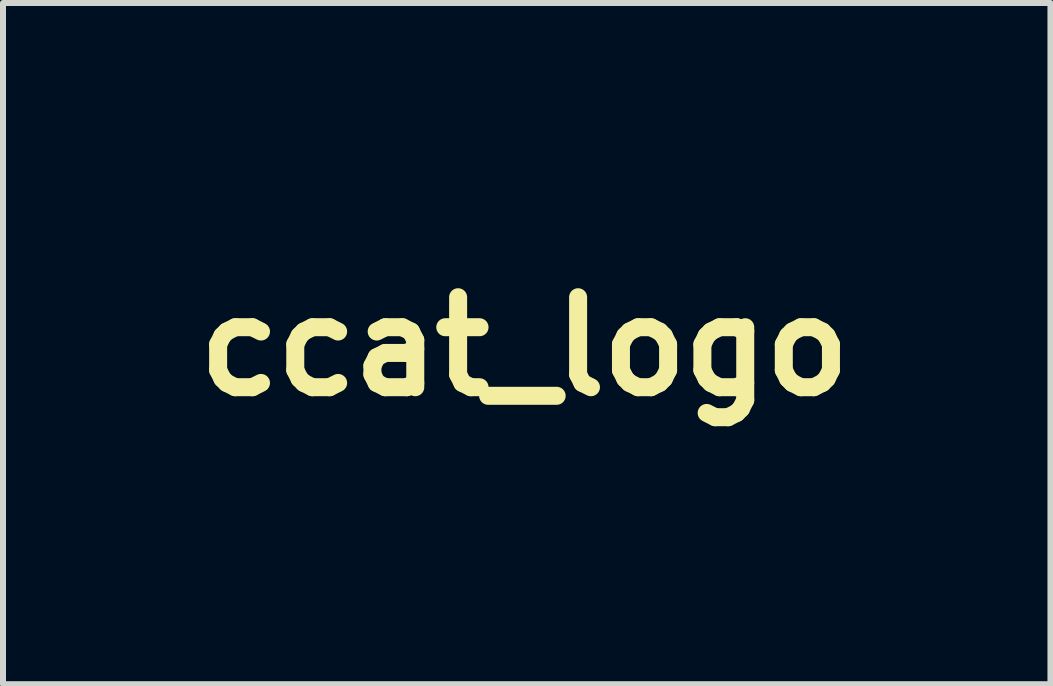
<source format=kicad_pcb>
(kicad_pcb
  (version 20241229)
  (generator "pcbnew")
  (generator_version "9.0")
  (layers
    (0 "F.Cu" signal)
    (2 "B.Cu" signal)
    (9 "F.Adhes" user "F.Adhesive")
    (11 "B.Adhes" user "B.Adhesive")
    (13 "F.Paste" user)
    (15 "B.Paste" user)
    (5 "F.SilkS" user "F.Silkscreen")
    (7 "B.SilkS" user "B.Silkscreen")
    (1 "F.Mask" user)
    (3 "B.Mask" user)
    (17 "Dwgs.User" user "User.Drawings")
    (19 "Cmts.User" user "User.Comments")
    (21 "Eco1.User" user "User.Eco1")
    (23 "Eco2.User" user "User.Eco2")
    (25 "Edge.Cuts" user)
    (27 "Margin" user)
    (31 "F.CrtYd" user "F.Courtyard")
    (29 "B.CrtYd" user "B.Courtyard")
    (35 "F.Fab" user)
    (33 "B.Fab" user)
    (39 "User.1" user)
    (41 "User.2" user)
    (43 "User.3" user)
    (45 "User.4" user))
  (footprint "ccat_logo"
    (layer "F.Cu")
    (at 5.693 2.726)
    (property "Reference" "ccat_logo" (at 0 0 0) (layer "F.SilkS") (effects (font (size 1.5 1.5) (thickness 0.3))))
    (attr board_only exclude_from_pos_files exclude_from_bom)
    (fp_poly (pts (xy 3.376 2.106) (xy 3.449 2.14) (xy 3.444 2.185) (xy 3.382 2.221) (xy 3.327 2.29) (xy 3.309 2.414) (xy 3.297 2.529) (xy 3.252 2.574) (xy 3.211 2.579) (xy 3.144 2.56) (xy 3.117 2.486) (xy 3.114 2.409) (xy 3.102 2.296) (xy 3.072 2.24) (xy 3.066 2.238) (xy 3.022 2.199) (xy 3.017 2.165) (xy 3.046 2.117) (xy 3.143 2.095) (xy 3.236 2.092)) (stroke (width 0) (type solid)) (fill yes) (layer "F.Mask"))
    (fp_poly (pts (xy -2.044 2.124) (xy -2 2.159) (xy -2.022 2.198) (xy -2.081 2.221) (xy -2.154 2.259) (xy -2.185 2.341) (xy -2.19 2.439) (xy -2.201 2.558) (xy -2.228 2.624) (xy -2.238 2.628) (xy -2.269 2.584) (xy -2.286 2.477) (xy -2.287 2.433) (xy -2.299 2.298) (xy -2.339 2.242) (xy -2.36 2.238) (xy -2.43 2.222) (xy -2.424 2.184) (xy -2.356 2.141) (xy -2.259 2.113) (xy -2.137 2.105)) (stroke (width 0) (type solid)) (fill yes) (layer "F.Mask"))
    (fp_poly (pts (xy 2.979 0.014) (xy 3.041 0.106) (xy 3.064 0.161) (xy 3.09 0.222) (xy 3.154 0.329) (xy 3.187 0.379) (xy 3.261 0.495) (xy 3.304 0.578) (xy 3.309 0.595) (xy 3.264 0.614) (xy 3.147 0.627) (xy 2.983 0.633) (xy 2.973 0.633) (xy 2.637 0.633) (xy 2.53 0.451) (xy 2.466 0.315) (xy 2.466 0.212) (xy 2.541 0.12) (xy 2.698 0.018) (xy 2.705 0.014) (xy 2.895 -0.095)) (stroke (width 0) (type solid)) (fill yes) (layer "F.Mask"))
    (fp_poly (pts (xy -0.251 1.423) (xy -0.196 1.454) (xy -0.195 1.46) (xy -0.236 1.497) (xy -0.311 1.508) (xy -0.423 1.542) (xy -0.462 1.632) (xy -0.451 1.691) (xy -0.392 1.738) (xy -0.312 1.752) (xy -0.217 1.778) (xy -0.195 1.825) (xy -0.234 1.879) (xy -0.329 1.898) (xy -0.444 1.882) (xy -0.544 1.832) (xy -0.556 1.821) (xy -0.629 1.695) (xy -0.62 1.568) (xy -0.541 1.466) (xy -0.403 1.413) (xy -0.363 1.411)) (stroke (width 0) (type solid)) (fill yes) (layer "F.Mask"))
    (fp_poly (pts (xy 4.537 1.371) (xy 4.61 1.467) (xy 4.625 1.496) (xy 4.691 1.63) (xy 4.709 1.493) (xy 4.737 1.39) (xy 4.775 1.371) (xy 4.811 1.424) (xy 4.836 1.538) (xy 4.842 1.634) (xy 4.828 1.798) (xy 4.786 1.868) (xy 4.718 1.845) (xy 4.623 1.729) (xy 4.622 1.727) (xy 4.526 1.581) (xy 4.526 1.74) (xy 4.512 1.847) (xy 4.48 1.897) (xy 4.477 1.898) (xy 4.45 1.854) (xy 4.432 1.74) (xy 4.428 1.63) (xy 4.442 1.456) (xy 4.48 1.369)) (stroke (width 0) (type solid)) (fill yes) (layer "F.Mask"))
    (fp_poly (pts (xy -4.015 1.441) (xy -3.994 1.541) (xy -3.99 1.654) (xy -4.005 1.821) (xy -4.048 1.894) (xy -4.118 1.874) (xy -4.214 1.761) (xy -4.228 1.74) (xy -4.329 1.581) (xy -4.33 1.74) (xy -4.343 1.847) (xy -4.376 1.897) (xy -4.379 1.898) (xy -4.407 1.854) (xy -4.425 1.742) (xy -4.428 1.654) (xy -4.422 1.508) (xy -4.4 1.435) (xy -4.352 1.412) (xy -4.336 1.411) (xy -4.25 1.453) (xy -4.209 1.521) (xy -4.172 1.63) (xy -4.151 1.521) (xy -4.108 1.435) (xy -4.06 1.411)) (stroke (width 0) (type solid)) (fill yes) (layer "F.Mask"))
    (fp_poly (pts (xy -1.611 2.12) (xy -1.615 2.144) (xy -1.675 2.208) (xy -1.755 2.244) (xy -1.834 2.268) (xy -1.823 2.278) (xy -1.74 2.282) (xy -1.636 2.308) (xy -1.606 2.357) (xy -1.648 2.414) (xy -1.74 2.447) (xy -1.873 2.467) (xy -1.74 2.474) (xy -1.634 2.504) (xy -1.606 2.555) (xy -1.646 2.608) (xy -1.748 2.624) (xy -1.882 2.598) (xy -1.898 2.592) (xy -2.006 2.507) (xy -2.043 2.359) (xy -2.043 2.354) (xy -2.007 2.233) (xy -1.893 2.15) (xy -1.753 2.11) (xy -1.645 2.096)) (stroke (width 0) (type solid)) (fill yes) (layer "F.Mask"))
    (fp_poly (pts (xy 0.8 1.437) (xy 0.823 1.527) (xy 0.827 1.654) (xy 0.821 1.802) (xy 0.798 1.876) (xy 0.749 1.898) (xy 0.742 1.898) (xy 0.663 1.856) (xy 0.588 1.749) (xy 0.584 1.74) (xy 0.511 1.581) (xy 0.496 1.74) (xy 0.472 1.861) (xy 0.441 1.895) (xy 0.411 1.849) (xy 0.392 1.73) (xy 0.389 1.654) (xy 0.405 1.49) (xy 0.45 1.413) (xy 0.516 1.425) (xy 0.597 1.532) (xy 0.605 1.545) (xy 0.677 1.679) (xy 0.679 1.545) (xy 0.704 1.438) (xy 0.754 1.411)) (stroke (width 0) (type solid)) (fill yes) (layer "F.Mask"))
    (fp_poly (pts (xy 1.293 1.455) (xy 1.311 1.567) (xy 1.314 1.654) (xy 1.297 1.816) (xy 1.253 1.896) (xy 1.192 1.891) (xy 1.123 1.795) (xy 1.109 1.764) (xy 1.052 1.63) (xy 1.034 1.764) (xy 0.998 1.863) (xy 0.946 1.898) (xy 0.901 1.868) (xy 0.88 1.768) (xy 0.876 1.654) (xy 0.882 1.507) (xy 0.905 1.433) (xy 0.954 1.411) (xy 0.962 1.411) (xy 1.046 1.449) (xy 1.129 1.542) (xy 1.131 1.545) (xy 1.214 1.679) (xy 1.215 1.545) (xy 1.231 1.448) (xy 1.265 1.411)) (stroke (width 0) (type solid)) (fill yes) (layer "F.Mask"))
    (fp_poly (pts (xy 3.345 1.421) (xy 3.485 1.434) (xy 3.555 1.463) (xy 3.583 1.529) (xy 3.592 1.604) (xy 3.582 1.752) (xy 3.522 1.835) (xy 3.415 1.88) (xy 3.283 1.897) (xy 3.174 1.882) (xy 3.147 1.865) (xy 3.127 1.801) (xy 3.115 1.676) (xy 3.114 1.63) (xy 3.26 1.63) (xy 3.283 1.725) (xy 3.357 1.752) (xy 3.434 1.723) (xy 3.455 1.63) (xy 3.432 1.535) (xy 3.357 1.508) (xy 3.281 1.537) (xy 3.26 1.63) (xy 3.114 1.63) (xy 3.114 1.619) (xy 3.114 1.406)) (stroke (width 0) (type solid)) (fill yes) (layer "F.Mask"))
    (fp_poly (pts (xy 4.331 2.336) (xy 4.323 2.489) (xy 4.296 2.563) (xy 4.258 2.579) (xy 4.204 2.542) (xy 4.185 2.424) (xy 4.185 2.409) (xy 4.169 2.283) (xy 4.118 2.239) (xy 4.112 2.238) (xy 4.058 2.275) (xy 4.039 2.393) (xy 4.039 2.409) (xy 4.023 2.535) (xy 3.972 2.579) (xy 3.966 2.579) (xy 3.911 2.541) (xy 3.893 2.42) (xy 3.893 2.414) (xy 3.871 2.281) (xy 3.82 2.221) (xy 3.746 2.175) (xy 3.759 2.135) (xy 3.852 2.105) (xy 4.013 2.093) (xy 4.039 2.092) (xy 4.331 2.092)) (stroke (width 0) (type solid)) (fill yes) (layer "F.Mask"))
    (fp_poly (pts (xy 5.206 1.396) (xy 5.32 1.479) (xy 5.387 1.591) (xy 5.393 1.707) (xy 5.336 1.794) (xy 5.238 1.845) (xy 5.112 1.879) (xy 5 1.886) (xy 4.951 1.869) (xy 4.929 1.803) (xy 4.916 1.675) (xy 4.915 1.63) (xy 5.061 1.63) (xy 5.083 1.725) (xy 5.158 1.752) (xy 5.234 1.723) (xy 5.255 1.63) (xy 5.232 1.535) (xy 5.158 1.508) (xy 5.082 1.537) (xy 5.061 1.63) (xy 4.915 1.63) (xy 4.915 1.598) (xy 4.918 1.457) (xy 4.939 1.388) (xy 4.994 1.365) (xy 5.061 1.362)) (stroke (width 0) (type solid)) (fill yes) (layer "F.Mask"))
    (fp_poly (pts (xy -1.269 2.123) (xy -1.143 2.2) (xy -1.075 2.304) (xy -1.07 2.338) (xy -1.114 2.465) (xy -1.224 2.569) (xy -1.368 2.624) (xy -1.411 2.628) (xy -1.495 2.623) (xy -1.538 2.594) (xy -1.554 2.515) (xy -1.557 2.364) (xy -1.557 2.36) (xy -1.411 2.36) (xy -1.384 2.45) (xy -1.324 2.484) (xy -1.265 2.448) (xy -1.252 2.421) (xy -1.249 2.315) (xy -1.305 2.247) (xy -1.343 2.238) (xy -1.396 2.281) (xy -1.411 2.36) (xy -1.557 2.36) (xy -1.554 2.207) (xy -1.538 2.127) (xy -1.496 2.097) (xy -1.422 2.092)) (stroke (width 0) (type solid)) (fill yes) (layer "F.Mask"))
    (fp_poly (pts (xy 0.208 1.43) (xy 0.239 1.456) (xy 0.322 1.59) (xy 0.324 1.725) (xy 0.255 1.835) (xy 0.125 1.894) (xy 0.073 1.898) (xy -0.051 1.866) (xy -0.118 1.821) (xy -0.183 1.697) (xy -0.184 1.633) (xy -0.035 1.633) (xy 0.002 1.73) (xy 0.003 1.73) (xy 0.063 1.779) (xy 0.125 1.745) (xy 0.131 1.738) (xy 0.173 1.645) (xy 0.167 1.59) (xy 0.106 1.52) (xy 0.066 1.508) (xy -0.01 1.546) (xy -0.035 1.633) (xy -0.184 1.633) (xy -0.186 1.55) (xy -0.157 1.476) (xy -0.057 1.399) (xy 0.078 1.383)) (stroke (width 0) (type solid)) (fill yes) (layer "F.Mask"))
    (fp_poly (pts (xy 3.651 2.136) (xy 3.727 2.25) (xy 3.798 2.411) (xy 3.817 2.469) (xy 3.826 2.555) (xy 3.774 2.579) (xy 3.708 2.554) (xy 3.698 2.53) (xy 3.657 2.49) (xy 3.604 2.482) (xy 3.51 2.504) (xy 3.479 2.53) (xy 3.419 2.576) (xy 3.367 2.557) (xy 3.357 2.522) (xy 3.379 2.423) (xy 3.427 2.307) (xy 3.556 2.307) (xy 3.565 2.37) (xy 3.582 2.371) (xy 3.593 2.306) (xy 3.585 2.278) (xy 3.564 2.259) (xy 3.556 2.307) (xy 3.427 2.307) (xy 3.431 2.298) (xy 3.497 2.18) (xy 3.559 2.104) (xy 3.585 2.092)) (stroke (width 0) (type solid)) (fill yes) (layer "F.Mask"))
    (fp_poly (pts (xy 4.206 1.437) (xy 4.271 1.557) (xy 4.297 1.619) (xy 4.354 1.783) (xy 4.359 1.873) (xy 4.316 1.885) (xy 4.242 1.833) (xy 4.128 1.759) (xy 4.049 1.777) (xy 4.021 1.825) (xy 3.972 1.875) (xy 3.9 1.9) (xy 3.849 1.888) (xy 3.844 1.873) (xy 3.863 1.813) (xy 3.885 1.763) (xy 3.968 1.603) (xy 4.087 1.603) (xy 4.123 1.652) (xy 4.136 1.654) (xy 4.183 1.638) (xy 4.185 1.633) (xy 4.151 1.591) (xy 4.136 1.581) (xy 4.091 1.585) (xy 4.087 1.603) (xy 3.968 1.603) (xy 3.994 1.554) (xy 4.077 1.432) (xy 4.144 1.394)) (stroke (width 0) (type solid)) (fill yes) (layer "F.Mask"))
    (fp_poly (pts (xy -2.641 1.569) (xy -2.644 1.706) (xy -2.62 1.813) (xy -2.603 1.88) (xy -2.666 1.898) (xy -2.669 1.898) (xy -2.757 1.856) (xy -2.788 1.8) (xy -2.831 1.721) (xy -2.866 1.703) (xy -2.91 1.744) (xy -2.92 1.8) (xy -2.95 1.88) (xy -2.993 1.898) (xy -3.038 1.872) (xy -3.061 1.781) (xy -3.066 1.654) (xy -3.066 1.557) (xy -2.92 1.557) (xy -2.88 1.6) (xy -2.847 1.606) (xy -2.782 1.579) (xy -2.774 1.557) (xy -2.813 1.514) (xy -2.847 1.508) (xy -2.911 1.535) (xy -2.92 1.557) (xy -3.066 1.557) (xy -3.066 1.411) (xy -2.841 1.411) (xy -2.617 1.411)) (stroke (width 0) (type solid)) (fill yes) (layer "F.Mask"))
    (fp_poly (pts (xy -0.931 1.596) (xy -0.93 1.732) (xy -0.911 1.829) (xy -0.906 1.839) (xy -0.908 1.89) (xy -0.944 1.898) (xy -1.024 1.859) (xy -1.07 1.8) (xy -1.13 1.723) (xy -1.17 1.703) (xy -1.208 1.744) (xy -1.216 1.8) (xy -1.247 1.88) (xy -1.289 1.898) (xy -1.335 1.872) (xy -1.358 1.781) (xy -1.362 1.654) (xy -1.362 1.557) (xy -1.216 1.557) (xy -1.177 1.601) (xy -1.146 1.606) (xy -1.064 1.576) (xy -1.046 1.557) (xy -1.061 1.519) (xy -1.116 1.508) (xy -1.197 1.528) (xy -1.216 1.557) (xy -1.362 1.557) (xy -1.362 1.411) (xy -1.142 1.411) (xy -0.921 1.411)) (stroke (width 0) (type solid)) (fill yes) (layer "F.Mask"))
    (fp_poly (pts (xy 3.597 -0.692) (xy 3.551 -0.649) (xy 3.431 -0.588) (xy 3.297 -0.535) (xy 3.104 -0.457) (xy 2.919 -0.369) (xy 2.811 -0.309) (xy 2.694 -0.239) (xy 2.613 -0.199) (xy 2.598 -0.195) (xy 2.539 -0.166) (xy 2.425 -0.089) (xy 2.277 0.021) (xy 2.114 0.148) (xy 1.956 0.276) (xy 1.824 0.392) (xy 1.754 0.459) (xy 1.669 0.543) (xy 1.596 0.595) (xy 1.507 0.621) (xy 1.375 0.631) (xy 1.175 0.633) (xy 0.977 0.631) (xy 0.86 0.625) (xy 0.811 0.61) (xy 0.813 0.582) (xy 0.845 0.542) (xy 0.935 0.461) (xy 1.085 0.344) (xy 1.273 0.206) (xy 1.477 0.063) (xy 1.674 -0.068) (xy 1.844 -0.174) (xy 1.898 -0.204) (xy 2.368 -0.418) (xy 2.914 -0.59) (xy 3.443 -0.701) (xy 3.562 -0.712)) (stroke (width 0) (type solid)) (fill yes) (layer "F.Mask"))
    (fp_poly (pts (xy -3.341 1.422) (xy -3.198 1.435) (xy -3.121 1.455) (xy -3.114 1.463) (xy -3.156 1.495) (xy -3.258 1.508) (xy -3.26 1.508) (xy -3.363 1.523) (xy -3.406 1.556) (xy -3.406 1.557) (xy -3.364 1.591) (xy -3.262 1.606) (xy -3.26 1.606) (xy -3.146 1.622) (xy -3.12 1.658) (xy -3.179 1.697) (xy -3.272 1.717) (xy -3.43 1.736) (xy -3.272 1.744) (xy -3.154 1.772) (xy -3.109 1.824) (xy -3.141 1.874) (xy -3.251 1.898) (xy -3.257 1.898) (xy -3.417 1.862) (xy -3.515 1.765) (xy -3.538 1.623) (xy -3.535 1.603) (xy -3.525 1.51) (xy -3.561 1.487) (xy -3.603 1.495) (xy -3.668 1.536) (xy -3.695 1.633) (xy -3.698 1.709) (xy -3.711 1.842) (xy -3.753 1.895) (xy -3.771 1.898) (xy -3.822 1.866) (xy -3.843 1.759) (xy -3.844 1.703) (xy -3.855 1.581) (xy -3.882 1.513) (xy -3.893 1.508) (xy -3.94 1.473) (xy -3.941 1.461) (xy -3.896 1.44) (xy -3.774 1.424) (xy -3.595 1.416) (xy -3.528 1.416)) (stroke (width 0) (type solid)) (fill yes) (layer "F.Mask"))
    (fp_poly (pts (xy -4.636 1.422) (xy -4.521 1.437) (xy -4.477 1.462) (xy -4.477 1.462) (xy -4.519 1.495) (xy -4.621 1.508) (xy -4.623 1.508) (xy -4.725 1.523) (xy -4.769 1.556) (xy -4.769 1.557) (xy -4.726 1.591) (xy -4.624 1.606) (xy -4.623 1.606) (xy -4.509 1.623) (xy -4.481 1.659) (xy -4.537 1.695) (xy -4.635 1.709) (xy -4.793 1.715) (xy -4.651 1.745) (xy -4.529 1.79) (xy -4.488 1.842) (xy -4.53 1.884) (xy -4.633 1.898) (xy -4.796 1.872) (xy -4.886 1.787) (xy -4.915 1.632) (xy -4.915 1.625) (xy -4.922 1.519) (xy -4.961 1.487) (xy -5.048 1.504) (xy -5.159 1.562) (xy -5.203 1.642) (xy -5.179 1.718) (xy -5.081 1.76) (xy -5.079 1.76) (xy -4.975 1.792) (xy -4.926 1.837) (xy -4.951 1.878) (xy -5.036 1.897) (xy -5.147 1.893) (xy -5.249 1.868) (xy -5.294 1.839) (xy -5.34 1.739) (xy -5.349 1.603) (xy -5.319 1.483) (xy -5.314 1.475) (xy -5.254 1.448) (xy -5.129 1.429) (xy -4.967 1.418) (xy -4.793 1.416)) (stroke (width 0) (type solid)) (fill yes) (layer "F.Mask"))
    (fp_poly (pts (xy -1.452 1.421) (xy -1.42 1.477) (xy -1.411 1.599) (xy -1.411 1.625) (xy -1.426 1.782) (xy -1.472 1.86) (xy -1.488 1.868) (xy -1.662 1.895) (xy -1.804 1.832) (xy -1.836 1.8) (xy -1.948 1.726) (xy -2.054 1.703) (xy -2.156 1.721) (xy -2.189 1.787) (xy -2.19 1.8) (xy -2.21 1.879) (xy -2.238 1.898) (xy -2.266 1.854) (xy -2.284 1.742) (xy -2.287 1.654) (xy -2.287 1.623) (xy -1.752 1.623) (xy -1.73 1.723) (xy -1.691 1.765) (xy -1.581 1.767) (xy -1.521 1.699) (xy -1.518 1.636) (xy -1.574 1.543) (xy -1.642 1.517) (xy -1.725 1.524) (xy -1.751 1.596) (xy -1.752 1.623) (xy -2.287 1.623) (xy -2.287 1.411) (xy -2.092 1.411) (xy -1.97 1.422) (xy -1.903 1.449) (xy -1.898 1.46) (xy -1.939 1.497) (xy -2.016 1.508) (xy -2.12 1.526) (xy -2.165 1.557) (xy -2.16 1.598) (xy -2.095 1.61) (xy -1.999 1.596) (xy -1.905 1.56) (xy -1.843 1.511) (xy -1.769 1.437) (xy -1.667 1.406) (xy -1.521 1.405)) (stroke (width 0) (type solid)) (fill yes) (layer "F.Mask"))
    (fp_poly (pts (xy 5.325 2.118) (xy 5.348 2.209) (xy 5.352 2.336) (xy 5.347 2.483) (xy 5.324 2.556) (xy 5.276 2.578) (xy 5.263 2.579) (xy 5.179 2.539) (xy 5.107 2.445) (xy 5.077 2.384) (xy 5.207 2.384) (xy 5.224 2.424) (xy 5.239 2.417) (xy 5.245 2.359) (xy 5.239 2.352) (xy 5.21 2.359) (xy 5.207 2.384) (xy 5.077 2.384) (xy 5.04 2.311) (xy 5.023 2.444) (xy 4.99 2.543) (xy 4.915 2.57) (xy 4.899 2.57) (xy 4.763 2.577) (xy 4.696 2.591) (xy 4.574 2.597) (xy 4.486 2.576) (xy 4.41 2.528) (xy 4.385 2.444) (xy 4.388 2.369) (xy 4.505 2.369) (xy 4.54 2.452) (xy 4.628 2.482) (xy 4.701 2.449) (xy 4.72 2.363) (xy 4.695 2.248) (xy 4.635 2.204) (xy 4.56 2.242) (xy 4.546 2.26) (xy 4.505 2.369) (xy 4.388 2.369) (xy 4.389 2.353) (xy 4.431 2.188) (xy 4.523 2.107) (xy 4.666 2.109) (xy 4.719 2.126) (xy 4.818 2.151) (xy 4.865 2.14) (xy 4.866 2.137) (xy 4.9 2.093) (xy 4.979 2.099) (xy 5.069 2.145) (xy 5.125 2.202) (xy 5.201 2.311) (xy 5.204 2.202) (xy 5.234 2.114) (xy 5.28 2.092)) (stroke (width 0) (type solid)) (fill yes) (layer "F.Mask"))
    (fp_poly (pts (xy -3.214 -2.694) (xy -2.853 -2.601) (xy -2.555 -2.443) (xy -2.512 -2.411) (xy -2.466 -2.367) (xy -2.461 -2.321) (xy -2.506 -2.248) (xy -2.608 -2.127) (xy -2.61 -2.125) (xy -2.798 -1.908) (xy -2.993 -2.008) (xy -3.273 -2.105) (xy -3.584 -2.137) (xy -3.9 -2.108) (xy -4.193 -2.02) (xy -4.439 -1.877) (xy -4.504 -1.818) (xy -4.69 -1.57) (xy -4.796 -1.29) (xy -4.822 -0.998) (xy -4.772 -0.71) (xy -4.646 -0.446) (xy -4.445 -0.222) (xy -4.364 -0.162) (xy -4.087 -0.028) (xy -3.768 0.039) (xy -3.434 0.038) (xy -3.118 -0.033) (xy -2.98 -0.091) (xy -2.798 -0.184) (xy -2.615 0.026) (xy -2.516 0.143) (xy -2.45 0.23) (xy -2.433 0.26) (xy -2.474 0.307) (xy -2.581 0.375) (xy -2.727 0.451) (xy -2.887 0.52) (xy -3 0.56) (xy -3.447 0.65) (xy -3.879 0.644) (xy -4.15 0.589) (xy -4.539 0.436) (xy -4.865 0.213) (xy -5.122 -0.076) (xy -5.268 -0.336) (xy -5.324 -0.525) (xy -5.361 -0.772) (xy -5.376 -1.046) (xy -5.37 -1.312) (xy -5.34 -1.54) (xy -5.307 -1.654) (xy -5.109 -2.025) (xy -4.855 -2.318) (xy -4.542 -2.531) (xy -4.172 -2.667) (xy -3.746 -2.723) (xy -3.645 -2.725)) (stroke (width 0) (type solid)) (fill yes) (layer "F.Mask"))
    (fp_poly (pts (xy -4.111 2.149) (xy -4.014 2.17) (xy -3.99 2.19) (xy -4.025 2.237) (xy -4.036 2.238) (xy -4.069 2.281) (xy -4.093 2.388) (xy -4.097 2.417) (xy -4.124 2.556) (xy -4.167 2.616) (xy -4.209 2.594) (xy -4.232 2.485) (xy -4.233 2.443) (xy -4.245 2.309) (xy -4.287 2.243) (xy -4.331 2.224) (xy -4.394 2.22) (xy -4.422 2.268) (xy -4.428 2.388) (xy -4.437 2.515) (xy -4.478 2.579) (xy -4.557 2.609) (xy -4.698 2.612) (xy -4.781 2.582) (xy -4.843 2.554) (xy -4.844 2.575) (xy -4.853 2.62) (xy -4.889 2.628) (xy -4.973 2.588) (xy -4.994 2.555) (xy -5.061 2.492) (xy -5.109 2.482) (xy -5.198 2.517) (xy -5.224 2.555) (xy -5.272 2.613) (xy -5.328 2.628) (xy -5.352 2.593) (xy -5.336 2.53) (xy -5.296 2.411) (xy -5.274 2.352) (xy -5.142 2.352) (xy -5.135 2.381) (xy -5.109 2.384) (xy -5.069 2.366) (xy -5.077 2.352) (xy -5.135 2.346) (xy -5.142 2.352) (xy -5.274 2.352) (xy -5.273 2.349) (xy -5.194 2.198) (xy -5.111 2.143) (xy -5.027 2.184) (xy -4.947 2.322) (xy -4.947 2.323) (xy -4.871 2.506) (xy -4.868 2.323) (xy -4.852 2.192) (xy -4.805 2.142) (xy -4.793 2.141) (xy -4.739 2.178) (xy -4.72 2.296) (xy -4.72 2.311) (xy -4.709 2.429) (xy -4.667 2.476) (xy -4.623 2.482) (xy -4.556 2.463) (xy -4.528 2.388) (xy -4.525 2.311) (xy -4.525 2.141) (xy -4.258 2.141)) (stroke (width 0) (type solid)) (fill yes) (layer "F.Mask"))
    (fp_poly (pts (xy 1.743 1.425) (xy 1.772 1.458) (xy 1.706 1.5) (xy 1.63 1.522) (xy 1.583 1.54) (xy 1.627 1.549) (xy 1.668 1.551) (xy 1.782 1.531) (xy 1.832 1.484) (xy 1.86 1.453) (xy 1.927 1.432) (xy 2.048 1.42) (xy 2.238 1.415) (xy 2.463 1.415) (xy 2.692 1.419) (xy 2.881 1.429) (xy 3.012 1.443) (xy 3.065 1.459) (xy 3.066 1.46) (xy 3.024 1.497) (xy 2.932 1.522) (xy 2.798 1.543) (xy 2.932 1.55) (xy 3.035 1.578) (xy 3.066 1.627) (xy 3.023 1.684) (xy 2.932 1.717) (xy 2.798 1.737) (xy 2.932 1.744) (xy 3.029 1.774) (xy 3.067 1.83) (xy 3.04 1.88) (xy 2.965 1.898) (xy 2.799 1.863) (xy 2.701 1.766) (xy 2.676 1.653) (xy 2.654 1.538) (xy 2.603 1.508) (xy 2.553 1.541) (xy 2.532 1.647) (xy 2.53 1.703) (xy 2.518 1.838) (xy 2.478 1.894) (xy 2.457 1.898) (xy 2.407 1.866) (xy 2.386 1.761) (xy 2.384 1.7) (xy 2.384 1.503) (xy 2.177 1.518) (xy 2.044 1.536) (xy 1.983 1.574) (xy 1.971 1.628) (xy 2.014 1.717) (xy 2.089 1.751) (xy 2.198 1.797) (xy 2.226 1.85) (xy 2.17 1.89) (xy 2.096 1.898) (xy 1.944 1.862) (xy 1.862 1.8) (xy 1.734 1.721) (xy 1.631 1.709) (xy 1.484 1.715) (xy 1.626 1.745) (xy 1.734 1.786) (xy 1.788 1.837) (xy 1.767 1.882) (xy 1.687 1.898) (xy 1.579 1.887) (xy 1.479 1.85) (xy 1.439 1.821) (xy 1.369 1.686) (xy 1.382 1.517) (xy 1.392 1.488) (xy 1.459 1.431) (xy 1.607 1.411) (xy 1.621 1.411)) (stroke (width 0) (type solid)) (fill yes) (layer "F.Mask"))
    (fp_poly (pts (xy -2.562 2.153) (xy -2.494 2.258) (xy -2.421 2.388) (xy -2.363 2.509) (xy -2.338 2.59) (xy -2.338 2.591) (xy -2.367 2.627) (xy -2.432 2.617) (xy -2.491 2.571) (xy -2.499 2.555) (xy -2.565 2.49) (xy -2.603 2.482) (xy -2.686 2.521) (xy -2.707 2.555) (xy -2.773 2.609) (xy -2.873 2.628) (xy -2.982 2.606) (xy -3.029 2.528) (xy -3.031 2.518) (xy -3.052 2.409) (xy -3.059 2.518) (xy -3.093 2.606) (xy -3.14 2.628) (xy -3.214 2.587) (xy -3.259 2.518) (xy -3.303 2.409) (xy -3.306 2.518) (xy -3.333 2.61) (xy -3.388 2.628) (xy -3.439 2.578) (xy -3.456 2.494) (xy -3.456 2.36) (xy -3.517 2.482) (xy -3.617 2.582) (xy -3.76 2.619) (xy -3.881 2.596) (xy -3.92 2.534) (xy -3.94 2.405) (xy -3.941 2.372) (xy -3.835 2.372) (xy -3.829 2.454) (xy -3.759 2.481) (xy -3.726 2.482) (xy -3.632 2.463) (xy -3.602 2.388) (xy -3.601 2.357) (xy -3.617 2.265) (xy -3.681 2.244) (xy -3.71 2.247) (xy -3.809 2.303) (xy -3.835 2.372) (xy -3.941 2.372) (xy -3.941 2.361) (xy -3.934 2.226) (xy -3.901 2.156) (xy -3.827 2.123) (xy -3.824 2.122) (xy -3.657 2.117) (xy -3.54 2.192) (xy -3.502 2.257) (xy -3.471 2.329) (xy -3.46 2.308) (xy -3.458 2.25) (xy -3.425 2.161) (xy -3.352 2.138) (xy -3.269 2.18) (xy -3.204 2.275) (xy -3.151 2.409) (xy -3.104 2.275) (xy -3.037 2.161) (xy -2.96 2.136) (xy -2.894 2.196) (xy -2.86 2.323) (xy -2.844 2.506) (xy -2.771 2.336) (xy -2.652 2.336) (xy -2.648 2.38) (xy -2.63 2.384) (xy -2.581 2.349) (xy -2.579 2.336) (xy -2.596 2.288) (xy -2.6 2.287) (xy -2.642 2.321) (xy -2.652 2.336) (xy -2.771 2.336) (xy -2.754 2.297) (xy -2.691 2.177) (xy -2.631 2.111) (xy -2.609 2.105)) (stroke (width 0) (type solid)) (fill yes) (layer "F.Mask"))
    (fp_poly (pts (xy -0.82 -2.719) (xy -0.552 -2.69) (xy -0.333 -2.642) (xy -0.304 -2.632) (xy -0.119 -2.546) (xy 0.072 -2.428) (xy 0.254 -2.291) (xy 0.409 -2.15) (xy 0.52 -2.02) (xy 0.571 -1.915) (xy 0.57 -1.879) (xy 0.517 -1.83) (xy 0.405 -1.766) (xy 0.335 -1.735) (xy 0.118 -1.645) (xy -0.037 -1.789) (xy -0.292 -1.975) (xy -0.588 -2.088) (xy -0.859 -2.13) (xy -1.201 -2.126) (xy -1.491 -2.051) (xy -1.751 -1.898) (xy -1.84 -1.824) (xy -2.044 -1.579) (xy -2.16 -1.294) (xy -2.189 -1.033) (xy -2.148 -0.769) (xy -2.041 -0.508) (xy -1.903 -0.314) (xy -1.748 -0.166) (xy -1.599 -0.068) (xy -1.43 -0.01) (xy -1.213 0.017) (xy -0.973 0.022) (xy -0.751 0.02) (xy -0.598 0.01) (xy -0.485 -0.016) (xy -0.385 -0.061) (xy -0.292 -0.118) (xy -0.161 -0.206) (xy -0.064 -0.286) (xy 0.021 -0.383) (xy 0.118 -0.52) (xy 0.208 -0.66) (xy 0.304 -0.81) (xy 0.387 -0.94) (xy 0.426 -1) (xy 0.49 -1.109) (xy 0.519 -1.168) (xy 0.57 -1.261) (xy 0.634 -1.362) (xy 0.715 -1.49) (xy 0.801 -1.639) (xy 0.81 -1.654) (xy 0.902 -1.819) (xy 1.011 -2.006) (xy 1.126 -2.197) (xy 1.235 -2.372) (xy 1.327 -2.514) (xy 1.391 -2.605) (xy 1.412 -2.628) (xy 1.451 -2.585) (xy 1.533 -2.458) (xy 1.657 -2.248) (xy 1.822 -1.959) (xy 1.884 -1.849) (xy 2.023 -1.599) (xy 2.121 -1.422) (xy 2.184 -1.305) (xy 2.218 -1.236) (xy 2.23 -1.202) (xy 2.228 -1.194) (xy 2.177 -1.179) (xy 2.059 -1.152) (xy 1.946 -1.129) (xy 1.792 -1.101) (xy 1.699 -1.101) (xy 1.635 -1.134) (xy 1.569 -1.207) (xy 1.495 -1.312) (xy 1.46 -1.393) (xy 1.46 -1.399) (xy 1.438 -1.457) (xy 1.385 -1.439) (xy 1.319 -1.356) (xy 1.303 -1.326) (xy 1.238 -1.205) (xy 1.15 -1.048) (xy 1.1 -0.961) (xy 1.026 -0.825) (xy 1.009 -0.754) (xy 1.06 -0.742) (xy 1.184 -0.783) (xy 1.282 -0.824) (xy 1.554 -0.929) (xy 1.719 -0.975) (xy 3.747 -0.975) (xy 3.789 -0.945) (xy 3.888 -0.939) (xy 3.941 -0.949) (xy 4.087 -0.949) (xy 4.112 -0.925) (xy 4.136 -0.949) (xy 4.112 -0.973) (xy 4.087 -0.949) (xy 3.941 -0.949) (xy 3.981 -0.956) (xy 4.007 -0.985) (xy 4.007 -0.985) (xy 3.948 -1.015) (xy 3.854 -1.02) (xy 3.772 -1.003) (xy 3.747 -0.975) (xy 1.719 -0.975) (xy 1.821 -1.004) (xy 2.11 -1.054) (xy 2.442 -1.082) (xy 2.842 -1.093) (xy 2.932 -1.094) (xy 3.698 -1.095) (xy 3.698 -1.569) (xy 3.698 -2.044) (xy 2.968 -2.044) (xy 2.238 -2.044) (xy 2.238 -2.336) (xy 2.238 -2.629) (xy 4.002 -2.616) (xy 5.766 -2.603) (xy 5.766 -2.336) (xy 5.766 -2.068) (xy 5.048 -2.055) (xy 4.331 -2.041) (xy 4.331 -0.704) (xy 4.331 0.633) (xy 4.014 0.633) (xy 3.698 0.633) (xy 3.698 -0.122) (xy 3.698 -0.876) (xy 3.409 -0.876) (xy 2.914 -0.835) (xy 2.392 -0.72) (xy 1.864 -0.538) (xy 1.354 -0.3) (xy 0.883 -0.014) (xy 0.472 0.311) (xy 0.399 0.38) (xy 0.155 0.617) (xy -0.494 0.642) (xy -0.746 0.65) (xy -0.972 0.654) (xy -1.15 0.653) (xy -1.256 0.648) (xy -1.265 0.647) (xy -1.683 0.536) (xy -2.043 0.354) (xy -2.337 0.107) (xy -2.561 -0.197) (xy -2.707 -0.552) (xy -2.771 -0.951) (xy -2.773 -1.041) (xy -2.729 -1.45) (xy -2.599 -1.818) (xy -2.389 -2.138) (xy -2.104 -2.402) (xy -1.75 -2.602) (xy -1.562 -2.672) (xy -1.361 -2.711) (xy -1.102 -2.726)) (stroke (width 0) (type solid)) (fill yes) (layer "F.Mask"))
    (fp_poly (pts (xy 1.014 2.124) (xy 1.022 2.151) (xy 1.036 2.185) (xy 1.08 2.151) (xy 1.158 2.112) (xy 1.272 2.094) (xy 1.388 2.095) (xy 1.474 2.116) (xy 1.496 2.153) (xy 1.439 2.202) (xy 1.326 2.241) (xy 1.31 2.244) (xy 1.143 2.274) (xy 1.299 2.281) (xy 1.433 2.312) (xy 1.505 2.372) (xy 1.537 2.411) (xy 1.552 2.372) (xy 1.555 2.287) (xy 1.703 2.287) (xy 1.742 2.33) (xy 1.776 2.336) (xy 1.841 2.309) (xy 1.849 2.287) (xy 1.81 2.244) (xy 1.776 2.238) (xy 1.711 2.265) (xy 1.703 2.287) (xy 1.555 2.287) (xy 1.556 2.275) (xy 1.563 2.155) (xy 1.6 2.104) (xy 1.691 2.093) (xy 1.715 2.093) (xy 1.847 2.106) (xy 1.942 2.137) (xy 2.046 2.153) (xy 2.121 2.13) (xy 2.258 2.102) (xy 2.39 2.125) (xy 2.481 2.192) (xy 2.497 2.226) (xy 2.514 2.268) (xy 2.524 2.215) (xy 2.525 2.199) (xy 2.538 2.129) (xy 2.589 2.1) (xy 2.702 2.099) (xy 2.737 2.102) (xy 2.867 2.116) (xy 2.927 2.151) (xy 2.946 2.231) (xy 2.949 2.292) (xy 2.961 2.425) (xy 2.985 2.517) (xy 2.988 2.523) (xy 2.992 2.57) (xy 2.941 2.576) (xy 2.868 2.546) (xy 2.822 2.506) (xy 2.752 2.445) (xy 2.719 2.433) (xy 2.681 2.472) (xy 2.676 2.506) (xy 2.646 2.568) (xy 2.581 2.571) (xy 2.524 2.518) (xy 2.515 2.494) (xy 2.497 2.438) (xy 2.488 2.477) (xy 2.487 2.488) (xy 2.44 2.561) (xy 2.335 2.602) (xy 2.211 2.603) (xy 2.14 2.578) (xy 2.062 2.494) (xy 2.044 2.422) (xy 2.038 2.384) (xy 2.144 2.384) (xy 2.173 2.449) (xy 2.245 2.477) (xy 2.295 2.482) (xy 2.367 2.447) (xy 2.384 2.364) (xy 2.357 2.273) (xy 2.707 2.273) (xy 2.774 2.279) (xy 2.843 2.272) (xy 2.834 2.255) (xy 2.735 2.248) (xy 2.713 2.255) (xy 2.707 2.273) (xy 2.357 2.273) (xy 2.351 2.252) (xy 2.262 2.214) (xy 2.202 2.226) (xy 2.152 2.288) (xy 2.144 2.384) (xy 2.038 2.384) (xy 2.033 2.352) (xy 1.993 2.368) (xy 1.985 2.375) (xy 1.892 2.422) (xy 1.815 2.433) (xy 1.724 2.46) (xy 1.703 2.506) (xy 1.669 2.567) (xy 1.6 2.573) (xy 1.542 2.522) (xy 1.541 2.518) (xy 1.519 2.482) (xy 1.512 2.518) (xy 1.463 2.56) (xy 1.328 2.578) (xy 1.289 2.579) (xy 1.15 2.566) (xy 1.08 2.537) (xy 1.085 2.504) (xy 1.174 2.479) (xy 1.229 2.475) (xy 1.324 2.469) (xy 1.326 2.459) (xy 1.265 2.446) (xy 1.147 2.409) (xy 1.083 2.374) (xy 1.038 2.359) (xy 1.022 2.427) (xy 1.022 2.451) (xy 0.993 2.552) (xy 0.922 2.583) (xy 0.838 2.546) (xy 0.768 2.445) (xy 0.711 2.311) (xy 0.693 2.445) (xy 0.662 2.542) (xy 0.586 2.577) (xy 0.532 2.579) (xy 0.431 2.565) (xy 0.389 2.53) (xy 0.349 2.491) (xy 0.292 2.482) (xy 0.213 2.5) (xy 0.195 2.525) (xy 0.153 2.565) (xy 0.07 2.591) (xy -0.052 2.583) (xy -0.112 2.524) (xy -0.19 2.446) (xy -0.258 2.445) (xy -0.291 2.519) (xy -0.292 2.534) (xy -0.308 2.614) (xy -0.347 2.618) (xy -0.391 2.562) (xy -0.423 2.459) (xy -0.429 2.417) (xy -0.459 2.28) (xy -0.467 2.273) (xy -0.262 2.273) (xy -0.195 2.279) (xy -0.126 2.272) (xy -0.134 2.255) (xy -0.233 2.248) (xy -0.255 2.255) (xy -0.262 2.273) (xy -0.467 2.273) (xy -0.508 2.231) (xy -0.555 2.268) (xy -0.583 2.389) (xy -0.584 2.433) (xy -0.595 2.555) (xy -0.622 2.623) (xy -0.633 2.628) (xy -0.663 2.585) (xy -0.68 2.477) (xy -0.681 2.439) (xy -0.693 2.307) (xy -0.736 2.242) (xy -0.783 2.223) (xy -0.865 2.188) (xy -0.861 2.154) (xy -0.783 2.124) (xy -0.642 2.104) (xy -0.46 2.098) (xy -0.233 2.107) (xy -0.089 2.135) (xy -0.024 2.172) (xy 0.042 2.262) (xy 0.027 2.335) (xy 0.002 2.363) (xy -0.019 2.439) (xy -0.007 2.471) (xy 0.034 2.488) (xy 0.086 2.415) (xy 0.094 2.397) (xy 0.125 2.333) (xy 0.243 2.333) (xy 0.279 2.382) (xy 0.292 2.384) (xy 0.339 2.368) (xy 0.341 2.363) (xy 0.307 2.321) (xy 0.292 2.311) (xy 0.247 2.315) (xy 0.243 2.333) (xy 0.125 2.333) (xy 0.166 2.246) (xy 0.212 2.162) (xy 0.246 2.121) (xy 0.283 2.103) (xy 0.284 2.103) (xy 0.336 2.132) (xy 0.403 2.227) (xy 0.437 2.295) (xy 0.533 2.506) (xy 0.534 2.299) (xy 0.543 2.165) (xy 0.575 2.104) (xy 0.621 2.092) (xy 0.705 2.131) (xy 0.788 2.223) (xy 0.79 2.226) (xy 0.873 2.36) (xy 0.875 2.226) (xy 0.899 2.119) (xy 0.949 2.092)) (stroke (width 0) (type solid)) (fill yes) (layer "F.Mask")))
  (gr_rect
    (start -3 -3)
    (end 14.459 8.354)
    (stroke (width 0.1) (type default))
    (fill no)
    (layer "Edge.Cuts")))
</source>
